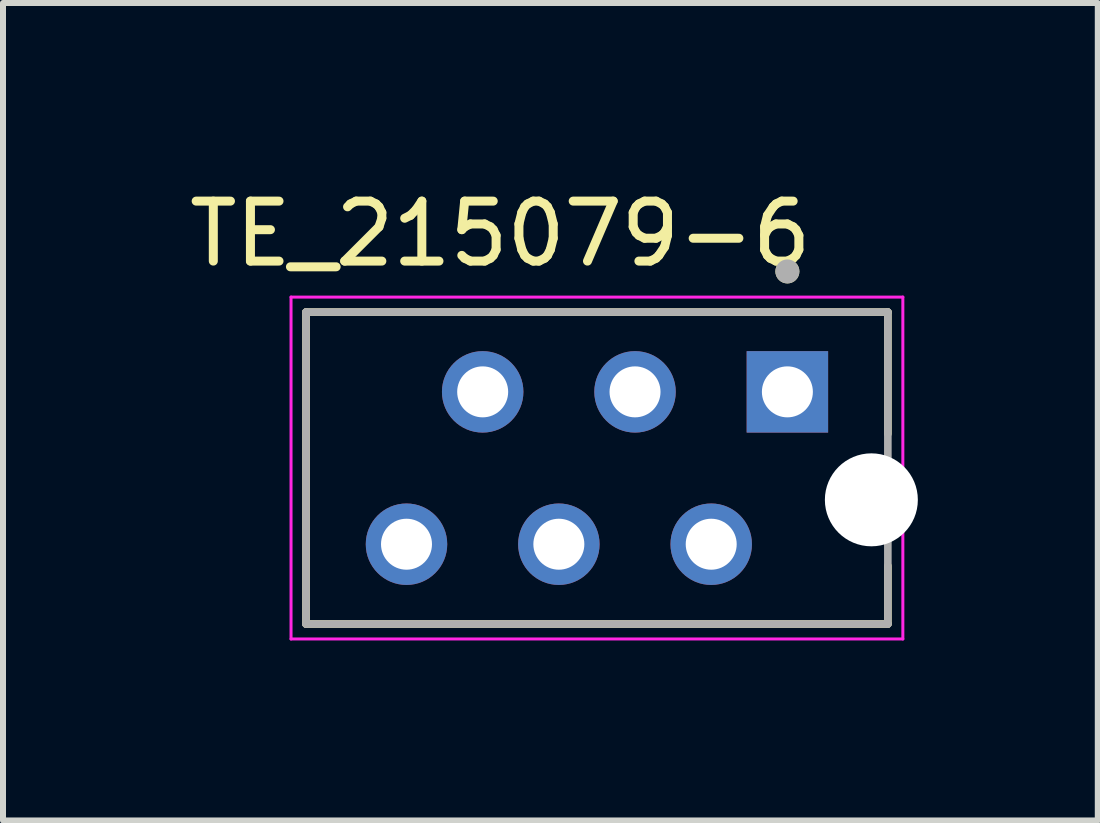
<source format=kicad_pcb>
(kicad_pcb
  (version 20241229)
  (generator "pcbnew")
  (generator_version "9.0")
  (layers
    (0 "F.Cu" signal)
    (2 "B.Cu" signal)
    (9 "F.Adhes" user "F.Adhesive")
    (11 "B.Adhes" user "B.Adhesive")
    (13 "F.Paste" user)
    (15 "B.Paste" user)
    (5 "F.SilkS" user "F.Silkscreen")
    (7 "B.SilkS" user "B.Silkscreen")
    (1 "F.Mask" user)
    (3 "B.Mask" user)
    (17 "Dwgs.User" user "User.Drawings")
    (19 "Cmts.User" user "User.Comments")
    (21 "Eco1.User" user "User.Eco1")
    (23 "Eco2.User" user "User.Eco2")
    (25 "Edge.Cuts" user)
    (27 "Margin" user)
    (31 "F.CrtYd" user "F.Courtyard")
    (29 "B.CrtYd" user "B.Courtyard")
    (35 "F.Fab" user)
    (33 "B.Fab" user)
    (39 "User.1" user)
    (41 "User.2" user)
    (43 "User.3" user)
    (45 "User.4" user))
  (footprint "TE_215079-6"
    (layer "F.Cu")
    (at 6.902 4.753)
    (property "Reference" "TE_215079-6" (at -1.61 -3.905 0) (layer "F.SilkS") (effects (font (size 1 1) (thickness 0.15))))
    (attr through_hole)
    (fp_line (start -4.85 -2.6) (end 4.85 -2.6) (stroke (width 0.127) (type solid)) (layer "F.SilkS"))
    (fp_line (start -4.85 2.6) (end -4.85 -2.6) (stroke (width 0.127) (type solid)) (layer "F.SilkS"))
    (fp_line (start 4.85 -2.6) (end 4.85 -0.57) (stroke (width 0.127) (type solid)) (layer "F.SilkS"))
    (fp_line (start 4.85 1.63) (end 4.85 2.6) (stroke (width 0.127) (type solid)) (layer "F.SilkS"))
    (fp_line (start 4.85 2.6) (end -4.85 2.6) (stroke (width 0.127) (type solid)) (layer "F.SilkS"))
    (fp_circle (center 3.175 -3.278) (end 3.275 -3.278) (stroke (width 0.2) (type solid)) (fill no) (layer "F.SilkS"))
    (fp_line (start -5.1 -2.85) (end 5.1 -2.85) (stroke (width 0.05) (type solid)) (layer "F.CrtYd"))
    (fp_line (start -5.1 2.85) (end -5.1 -2.85) (stroke (width 0.05) (type solid)) (layer "F.CrtYd"))
    (fp_line (start 5.1 -2.85) (end 5.1 2.85) (stroke (width 0.05) (type solid)) (layer "F.CrtYd"))
    (fp_line (start 5.1 2.85) (end -5.1 2.85) (stroke (width 0.05) (type solid)) (layer "F.CrtYd"))
    (fp_line (start -4.85 -2.6) (end 4.85 -2.6) (stroke (width 0.127) (type solid)) (layer "F.Fab"))
    (fp_line (start -4.85 2.6) (end -4.85 -2.6) (stroke (width 0.127) (type solid)) (layer "F.Fab"))
    (fp_line (start 4.85 -2.6) (end 4.85 2.6) (stroke (width 0.127) (type solid)) (layer "F.Fab"))
    (fp_line (start 4.85 2.6) (end -4.85 2.6) (stroke (width 0.127) (type solid)) (layer "F.Fab"))
    (fp_circle (center 3.175 -3.278) (end 3.275 -3.278) (stroke (width 0.2) (type solid)) (fill no) (layer "F.Fab"))
    (pad "" np_thru_hole circle (at 4.575 0.53) (size 1.55 1.55) (drill 1.55) (layers "*.Cu" "*.Mask"))
    (pad "1" thru_hole rect (at 3.175 -1.27) (size 1.358 1.358) (drill 0.85) (layers "*.Cu" "*.Mask"))
    (pad "2" thru_hole circle (at 1.905 1.27) (size 1.358 1.358) (drill 0.85) (layers "*.Cu" "*.Mask"))
    (pad "3" thru_hole circle (at 0.635 -1.27) (size 1.358 1.358) (drill 0.85) (layers "*.Cu" "*.Mask"))
    (pad "4" thru_hole circle (at -0.635 1.27) (size 1.358 1.358) (drill 0.85) (layers "*.Cu" "*.Mask"))
    (pad "5" thru_hole circle (at -1.905 -1.27) (size 1.358 1.358) (drill 0.85) (layers "*.Cu" "*.Mask"))
    (pad "6" thru_hole circle (at -3.175 1.27) (size 1.358 1.358) (drill 0.85) (layers "*.Cu" "*.Mask")))
  (gr_rect
    (start -3 -3)
    (end 15.252 10.628)
    (stroke (width 0.1) (type default))
    (fill no)
    (layer "Edge.Cuts")))
</source>
